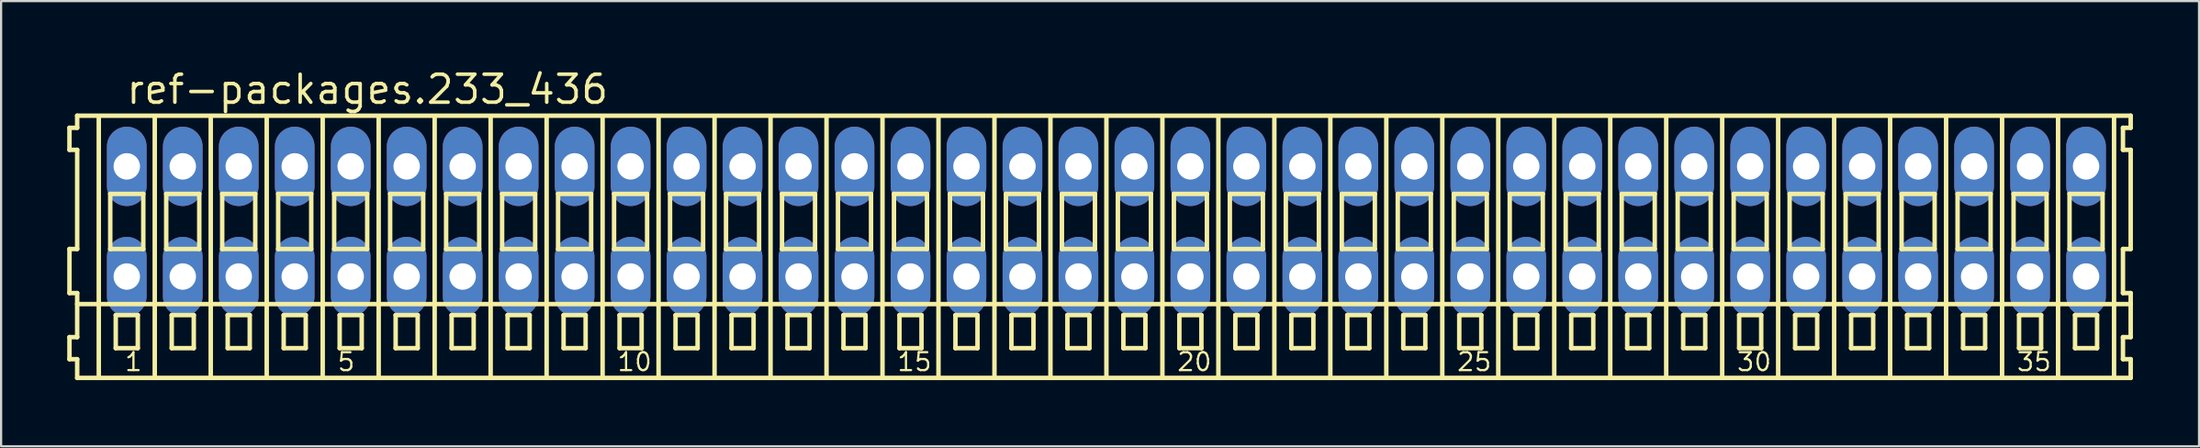
<source format=kicad_pcb>
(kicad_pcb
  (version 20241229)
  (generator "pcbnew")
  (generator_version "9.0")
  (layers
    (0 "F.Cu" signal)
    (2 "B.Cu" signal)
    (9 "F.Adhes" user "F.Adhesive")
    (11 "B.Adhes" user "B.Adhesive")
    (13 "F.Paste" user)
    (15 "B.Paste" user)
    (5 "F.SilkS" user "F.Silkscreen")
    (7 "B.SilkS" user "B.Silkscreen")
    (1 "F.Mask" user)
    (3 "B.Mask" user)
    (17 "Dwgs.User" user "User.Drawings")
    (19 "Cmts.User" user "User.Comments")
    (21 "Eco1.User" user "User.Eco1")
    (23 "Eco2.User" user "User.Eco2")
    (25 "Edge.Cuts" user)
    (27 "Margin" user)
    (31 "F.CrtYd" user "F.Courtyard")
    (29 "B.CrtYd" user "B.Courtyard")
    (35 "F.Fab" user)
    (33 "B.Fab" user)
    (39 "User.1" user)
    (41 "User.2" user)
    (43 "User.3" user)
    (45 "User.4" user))
  (footprint "ref-packages.233_436"
    (layer "F.Cu")
    (at 47.152 7)
    (property "Reference" "ref-packages.233_436" (at -44.55 -5.25 0) (layer "F.SilkS") (effects (font (size 1.27 1.27) (thickness 0.16)) (justify left bottom)))
    (attr through_hole)
    (fp_line (start -47.05 -4.25) (end -47.05 -3.25) (stroke (width 0.203) (type default)) (layer "F.SilkS"))
    (fp_line (start -47.05 -3.25) (end -46.7 -3.25) (stroke (width 0.203) (type default)) (layer "F.SilkS"))
    (fp_line (start -47.05 1.25) (end -47.05 3.25) (stroke (width 0.203) (type default)) (layer "F.SilkS"))
    (fp_line (start -47.05 3.25) (end -46.7 3.25) (stroke (width 0.203) (type default)) (layer "F.SilkS"))
    (fp_line (start -47.05 5.25) (end -47.05 6.25) (stroke (width 0.203) (type default)) (layer "F.SilkS"))
    (fp_line (start -47.05 6.25) (end -46.7 6.25) (stroke (width 0.203) (type default)) (layer "F.SilkS"))
    (fp_line (start -46.7 -4.8) (end -46.7 -4.25) (stroke (width 0.203) (type default)) (layer "F.SilkS"))
    (fp_line (start -46.7 -4.25) (end -47.05 -4.25) (stroke (width 0.203) (type default)) (layer "F.SilkS"))
    (fp_line (start -46.7 -3.25) (end -46.7 1.25) (stroke (width 0.203) (type default)) (layer "F.SilkS"))
    (fp_line (start -46.7 1.25) (end -47.05 1.25) (stroke (width 0.203) (type default)) (layer "F.SilkS"))
    (fp_line (start -46.7 3.25) (end -46.7 5.25) (stroke (width 0.203) (type default)) (layer "F.SilkS"))
    (fp_line (start -46.7 3.75) (end 46.475 3.75) (stroke (width 0.203) (type default)) (layer "F.SilkS"))
    (fp_line (start -46.7 5.25) (end -47.05 5.25) (stroke (width 0.203) (type default)) (layer "F.SilkS"))
    (fp_line (start -46.7 6.25) (end -46.7 7.1) (stroke (width 0.203) (type default)) (layer "F.SilkS"))
    (fp_line (start -46.7 7.1) (end 46.475 7.1) (stroke (width 0.203) (type default)) (layer "F.SilkS"))
    (fp_line (start -45.72 6.985) (end -45.72 -4.699) (stroke (width 0.203) (type default)) (layer "F.SilkS"))
    (fp_line (start -45.2 -1.25) (end -45.2 1.25) (stroke (width 0.203) (type default)) (layer "F.SilkS"))
    (fp_line (start -45.2 1.25) (end -43.7 1.25) (stroke (width 0.203) (type default)) (layer "F.SilkS"))
    (fp_line (start -44.95 4.25) (end -44.95 5.75) (stroke (width 0.203) (type default)) (layer "F.SilkS"))
    (fp_line (start -44.95 5.75) (end -43.95 5.75) (stroke (width 0.203) (type default)) (layer "F.SilkS"))
    (fp_line (start -43.95 4.25) (end -44.95 4.25) (stroke (width 0.203) (type default)) (layer "F.SilkS"))
    (fp_line (start -43.95 5.75) (end -43.95 4.25) (stroke (width 0.203) (type default)) (layer "F.SilkS"))
    (fp_line (start -43.7 -1.25) (end -45.2 -1.25) (stroke (width 0.203) (type default)) (layer "F.SilkS"))
    (fp_line (start -43.7 1.25) (end -43.7 -1.25) (stroke (width 0.203) (type default)) (layer "F.SilkS"))
    (fp_line (start -43.18 6.985) (end -43.18 -4.699) (stroke (width 0.203) (type default)) (layer "F.SilkS"))
    (fp_line (start -42.66 -1.25) (end -42.66 1.25) (stroke (width 0.203) (type default)) (layer "F.SilkS"))
    (fp_line (start -42.66 1.25) (end -41.16 1.25) (stroke (width 0.203) (type default)) (layer "F.SilkS"))
    (fp_line (start -42.41 4.25) (end -42.41 5.75) (stroke (width 0.203) (type default)) (layer "F.SilkS"))
    (fp_line (start -42.41 5.75) (end -41.41 5.75) (stroke (width 0.203) (type default)) (layer "F.SilkS"))
    (fp_line (start -41.41 4.25) (end -42.41 4.25) (stroke (width 0.203) (type default)) (layer "F.SilkS"))
    (fp_line (start -41.41 5.75) (end -41.41 4.25) (stroke (width 0.203) (type default)) (layer "F.SilkS"))
    (fp_line (start -41.16 -1.25) (end -42.66 -1.25) (stroke (width 0.203) (type default)) (layer "F.SilkS"))
    (fp_line (start -41.16 1.25) (end -41.16 -1.25) (stroke (width 0.203) (type default)) (layer "F.SilkS"))
    (fp_line (start -40.64 6.985) (end -40.64 -4.699) (stroke (width 0.203) (type default)) (layer "F.SilkS"))
    (fp_line (start -40.12 -1.25) (end -40.12 1.25) (stroke (width 0.203) (type default)) (layer "F.SilkS"))
    (fp_line (start -40.12 1.25) (end -38.62 1.25) (stroke (width 0.203) (type default)) (layer "F.SilkS"))
    (fp_line (start -39.87 4.25) (end -39.87 5.75) (stroke (width 0.203) (type default)) (layer "F.SilkS"))
    (fp_line (start -39.87 5.75) (end -38.87 5.75) (stroke (width 0.203) (type default)) (layer "F.SilkS"))
    (fp_line (start -38.87 4.25) (end -39.87 4.25) (stroke (width 0.203) (type default)) (layer "F.SilkS"))
    (fp_line (start -38.87 5.75) (end -38.87 4.25) (stroke (width 0.203) (type default)) (layer "F.SilkS"))
    (fp_line (start -38.62 -1.25) (end -40.12 -1.25) (stroke (width 0.203) (type default)) (layer "F.SilkS"))
    (fp_line (start -38.62 1.25) (end -38.62 -1.25) (stroke (width 0.203) (type default)) (layer "F.SilkS"))
    (fp_line (start -38.1 6.985) (end -38.1 -4.699) (stroke (width 0.203) (type default)) (layer "F.SilkS"))
    (fp_line (start -37.58 -1.25) (end -37.58 1.25) (stroke (width 0.203) (type default)) (layer "F.SilkS"))
    (fp_line (start -37.58 1.25) (end -36.08 1.25) (stroke (width 0.203) (type default)) (layer "F.SilkS"))
    (fp_line (start -37.33 4.25) (end -37.33 5.75) (stroke (width 0.203) (type default)) (layer "F.SilkS"))
    (fp_line (start -37.33 5.75) (end -36.33 5.75) (stroke (width 0.203) (type default)) (layer "F.SilkS"))
    (fp_line (start -36.33 4.25) (end -37.33 4.25) (stroke (width 0.203) (type default)) (layer "F.SilkS"))
    (fp_line (start -36.33 5.75) (end -36.33 4.25) (stroke (width 0.203) (type default)) (layer "F.SilkS"))
    (fp_line (start -36.08 -1.25) (end -37.58 -1.25) (stroke (width 0.203) (type default)) (layer "F.SilkS"))
    (fp_line (start -36.08 1.25) (end -36.08 -1.25) (stroke (width 0.203) (type default)) (layer "F.SilkS"))
    (fp_line (start -35.56 6.985) (end -35.56 -4.699) (stroke (width 0.203) (type default)) (layer "F.SilkS"))
    (fp_line (start -35.04 -1.25) (end -35.04 1.25) (stroke (width 0.203) (type default)) (layer "F.SilkS"))
    (fp_line (start -35.04 1.25) (end -33.54 1.25) (stroke (width 0.203) (type default)) (layer "F.SilkS"))
    (fp_line (start -34.79 4.25) (end -34.79 5.75) (stroke (width 0.203) (type default)) (layer "F.SilkS"))
    (fp_line (start -34.79 5.75) (end -33.79 5.75) (stroke (width 0.203) (type default)) (layer "F.SilkS"))
    (fp_line (start -33.79 4.25) (end -34.79 4.25) (stroke (width 0.203) (type default)) (layer "F.SilkS"))
    (fp_line (start -33.79 5.75) (end -33.79 4.25) (stroke (width 0.203) (type default)) (layer "F.SilkS"))
    (fp_line (start -33.54 -1.25) (end -35.04 -1.25) (stroke (width 0.203) (type default)) (layer "F.SilkS"))
    (fp_line (start -33.54 1.25) (end -33.54 -1.25) (stroke (width 0.203) (type default)) (layer "F.SilkS"))
    (fp_line (start -33.02 6.985) (end -33.02 -4.699) (stroke (width 0.203) (type default)) (layer "F.SilkS"))
    (fp_line (start -32.5 -1.25) (end -32.5 1.25) (stroke (width 0.203) (type default)) (layer "F.SilkS"))
    (fp_line (start -32.5 1.25) (end -31 1.25) (stroke (width 0.203) (type default)) (layer "F.SilkS"))
    (fp_line (start -32.25 4.25) (end -32.25 5.75) (stroke (width 0.203) (type default)) (layer "F.SilkS"))
    (fp_line (start -32.25 5.75) (end -31.25 5.75) (stroke (width 0.203) (type default)) (layer "F.SilkS"))
    (fp_line (start -31.25 4.25) (end -32.25 4.25) (stroke (width 0.203) (type default)) (layer "F.SilkS"))
    (fp_line (start -31.25 5.75) (end -31.25 4.25) (stroke (width 0.203) (type default)) (layer "F.SilkS"))
    (fp_line (start -31 -1.25) (end -32.5 -1.25) (stroke (width 0.203) (type default)) (layer "F.SilkS"))
    (fp_line (start -31 1.25) (end -31 -1.25) (stroke (width 0.203) (type default)) (layer "F.SilkS"))
    (fp_line (start -30.48 6.985) (end -30.48 -4.699) (stroke (width 0.203) (type default)) (layer "F.SilkS"))
    (fp_line (start -29.96 -1.25) (end -29.96 1.25) (stroke (width 0.203) (type default)) (layer "F.SilkS"))
    (fp_line (start -29.96 1.25) (end -28.46 1.25) (stroke (width 0.203) (type default)) (layer "F.SilkS"))
    (fp_line (start -29.71 4.25) (end -29.71 5.75) (stroke (width 0.203) (type default)) (layer "F.SilkS"))
    (fp_line (start -29.71 5.75) (end -28.71 5.75) (stroke (width 0.203) (type default)) (layer "F.SilkS"))
    (fp_line (start -28.71 4.25) (end -29.71 4.25) (stroke (width 0.203) (type default)) (layer "F.SilkS"))
    (fp_line (start -28.71 5.75) (end -28.71 4.25) (stroke (width 0.203) (type default)) (layer "F.SilkS"))
    (fp_line (start -28.46 -1.25) (end -29.96 -1.25) (stroke (width 0.203) (type default)) (layer "F.SilkS"))
    (fp_line (start -28.46 1.25) (end -28.46 -1.25) (stroke (width 0.203) (type default)) (layer "F.SilkS"))
    (fp_line (start -27.94 6.985) (end -27.94 -4.699) (stroke (width 0.203) (type default)) (layer "F.SilkS"))
    (fp_line (start -27.42 -1.25) (end -27.42 1.25) (stroke (width 0.203) (type default)) (layer "F.SilkS"))
    (fp_line (start -27.42 1.25) (end -25.92 1.25) (stroke (width 0.203) (type default)) (layer "F.SilkS"))
    (fp_line (start -27.17 4.25) (end -27.17 5.75) (stroke (width 0.203) (type default)) (layer "F.SilkS"))
    (fp_line (start -27.17 5.75) (end -26.17 5.75) (stroke (width 0.203) (type default)) (layer "F.SilkS"))
    (fp_line (start -26.17 4.25) (end -27.17 4.25) (stroke (width 0.203) (type default)) (layer "F.SilkS"))
    (fp_line (start -26.17 5.75) (end -26.17 4.25) (stroke (width 0.203) (type default)) (layer "F.SilkS"))
    (fp_line (start -25.92 -1.25) (end -27.42 -1.25) (stroke (width 0.203) (type default)) (layer "F.SilkS"))
    (fp_line (start -25.92 1.25) (end -25.92 -1.25) (stroke (width 0.203) (type default)) (layer "F.SilkS"))
    (fp_line (start -25.4 6.985) (end -25.4 -4.699) (stroke (width 0.203) (type default)) (layer "F.SilkS"))
    (fp_line (start -24.88 -1.25) (end -24.88 1.25) (stroke (width 0.203) (type default)) (layer "F.SilkS"))
    (fp_line (start -24.88 1.25) (end -23.38 1.25) (stroke (width 0.203) (type default)) (layer "F.SilkS"))
    (fp_line (start -24.63 4.25) (end -24.63 5.75) (stroke (width 0.203) (type default)) (layer "F.SilkS"))
    (fp_line (start -24.63 5.75) (end -23.63 5.75) (stroke (width 0.203) (type default)) (layer "F.SilkS"))
    (fp_line (start -23.63 4.25) (end -24.63 4.25) (stroke (width 0.203) (type default)) (layer "F.SilkS"))
    (fp_line (start -23.63 5.75) (end -23.63 4.25) (stroke (width 0.203) (type default)) (layer "F.SilkS"))
    (fp_line (start -23.38 -1.25) (end -24.88 -1.25) (stroke (width 0.203) (type default)) (layer "F.SilkS"))
    (fp_line (start -23.38 1.25) (end -23.38 -1.25) (stroke (width 0.203) (type default)) (layer "F.SilkS"))
    (fp_line (start -22.86 6.985) (end -22.86 -4.699) (stroke (width 0.203) (type default)) (layer "F.SilkS"))
    (fp_line (start -22.34 -1.25) (end -22.34 1.25) (stroke (width 0.203) (type default)) (layer "F.SilkS"))
    (fp_line (start -22.34 1.25) (end -20.84 1.25) (stroke (width 0.203) (type default)) (layer "F.SilkS"))
    (fp_line (start -22.09 4.25) (end -22.09 5.75) (stroke (width 0.203) (type default)) (layer "F.SilkS"))
    (fp_line (start -22.09 5.75) (end -21.09 5.75) (stroke (width 0.203) (type default)) (layer "F.SilkS"))
    (fp_line (start -21.09 4.25) (end -22.09 4.25) (stroke (width 0.203) (type default)) (layer "F.SilkS"))
    (fp_line (start -21.09 5.75) (end -21.09 4.25) (stroke (width 0.203) (type default)) (layer "F.SilkS"))
    (fp_line (start -20.84 -1.25) (end -22.34 -1.25) (stroke (width 0.203) (type default)) (layer "F.SilkS"))
    (fp_line (start -20.84 1.25) (end -20.84 -1.25) (stroke (width 0.203) (type default)) (layer "F.SilkS"))
    (fp_line (start -20.32 6.985) (end -20.32 -4.699) (stroke (width 0.203) (type default)) (layer "F.SilkS"))
    (fp_line (start -19.8 -1.25) (end -19.8 1.25) (stroke (width 0.203) (type default)) (layer "F.SilkS"))
    (fp_line (start -19.8 1.25) (end -18.3 1.25) (stroke (width 0.203) (type default)) (layer "F.SilkS"))
    (fp_line (start -19.55 4.25) (end -19.55 5.75) (stroke (width 0.203) (type default)) (layer "F.SilkS"))
    (fp_line (start -19.55 5.75) (end -18.55 5.75) (stroke (width 0.203) (type default)) (layer "F.SilkS"))
    (fp_line (start -18.55 4.25) (end -19.55 4.25) (stroke (width 0.203) (type default)) (layer "F.SilkS"))
    (fp_line (start -18.55 5.75) (end -18.55 4.25) (stroke (width 0.203) (type default)) (layer "F.SilkS"))
    (fp_line (start -18.3 -1.25) (end -19.8 -1.25) (stroke (width 0.203) (type default)) (layer "F.SilkS"))
    (fp_line (start -18.3 1.25) (end -18.3 -1.25) (stroke (width 0.203) (type default)) (layer "F.SilkS"))
    (fp_line (start -17.78 6.985) (end -17.78 -4.699) (stroke (width 0.203) (type default)) (layer "F.SilkS"))
    (fp_line (start -17.26 -1.25) (end -17.26 1.25) (stroke (width 0.203) (type default)) (layer "F.SilkS"))
    (fp_line (start -17.26 1.25) (end -15.76 1.25) (stroke (width 0.203) (type default)) (layer "F.SilkS"))
    (fp_line (start -17.01 4.25) (end -17.01 5.75) (stroke (width 0.203) (type default)) (layer "F.SilkS"))
    (fp_line (start -17.01 5.75) (end -16.01 5.75) (stroke (width 0.203) (type default)) (layer "F.SilkS"))
    (fp_line (start -16.01 4.25) (end -17.01 4.25) (stroke (width 0.203) (type default)) (layer "F.SilkS"))
    (fp_line (start -16.01 5.75) (end -16.01 4.25) (stroke (width 0.203) (type default)) (layer "F.SilkS"))
    (fp_line (start -15.76 -1.25) (end -17.26 -1.25) (stroke (width 0.203) (type default)) (layer "F.SilkS"))
    (fp_line (start -15.76 1.25) (end -15.76 -1.25) (stroke (width 0.203) (type default)) (layer "F.SilkS"))
    (fp_line (start -15.24 6.985) (end -15.24 -4.699) (stroke (width 0.203) (type default)) (layer "F.SilkS"))
    (fp_line (start -14.72 -1.25) (end -14.72 1.25) (stroke (width 0.203) (type default)) (layer "F.SilkS"))
    (fp_line (start -14.72 1.25) (end -13.22 1.25) (stroke (width 0.203) (type default)) (layer "F.SilkS"))
    (fp_line (start -14.47 4.25) (end -14.47 5.75) (stroke (width 0.203) (type default)) (layer "F.SilkS"))
    (fp_line (start -14.47 5.75) (end -13.47 5.75) (stroke (width 0.203) (type default)) (layer "F.SilkS"))
    (fp_line (start -13.47 4.25) (end -14.47 4.25) (stroke (width 0.203) (type default)) (layer "F.SilkS"))
    (fp_line (start -13.47 5.75) (end -13.47 4.25) (stroke (width 0.203) (type default)) (layer "F.SilkS"))
    (fp_line (start -13.22 -1.25) (end -14.72 -1.25) (stroke (width 0.203) (type default)) (layer "F.SilkS"))
    (fp_line (start -13.22 1.25) (end -13.22 -1.25) (stroke (width 0.203) (type default)) (layer "F.SilkS"))
    (fp_line (start -12.7 6.985) (end -12.7 -4.699) (stroke (width 0.203) (type default)) (layer "F.SilkS"))
    (fp_line (start -12.18 -1.25) (end -12.18 1.25) (stroke (width 0.203) (type default)) (layer "F.SilkS"))
    (fp_line (start -12.18 1.25) (end -10.68 1.25) (stroke (width 0.203) (type default)) (layer "F.SilkS"))
    (fp_line (start -11.93 4.25) (end -11.93 5.75) (stroke (width 0.203) (type default)) (layer "F.SilkS"))
    (fp_line (start -11.93 5.75) (end -10.93 5.75) (stroke (width 0.203) (type default)) (layer "F.SilkS"))
    (fp_line (start -10.93 4.25) (end -11.93 4.25) (stroke (width 0.203) (type default)) (layer "F.SilkS"))
    (fp_line (start -10.93 5.75) (end -10.93 4.25) (stroke (width 0.203) (type default)) (layer "F.SilkS"))
    (fp_line (start -10.68 -1.25) (end -12.18 -1.25) (stroke (width 0.203) (type default)) (layer "F.SilkS"))
    (fp_line (start -10.68 1.25) (end -10.68 -1.25) (stroke (width 0.203) (type default)) (layer "F.SilkS"))
    (fp_line (start -10.16 6.985) (end -10.16 -4.699) (stroke (width 0.203) (type default)) (layer "F.SilkS"))
    (fp_line (start -9.64 -1.25) (end -9.64 1.25) (stroke (width 0.203) (type default)) (layer "F.SilkS"))
    (fp_line (start -9.64 1.25) (end -8.14 1.25) (stroke (width 0.203) (type default)) (layer "F.SilkS"))
    (fp_line (start -9.39 4.25) (end -9.39 5.75) (stroke (width 0.203) (type default)) (layer "F.SilkS"))
    (fp_line (start -9.39 5.75) (end -8.39 5.75) (stroke (width 0.203) (type default)) (layer "F.SilkS"))
    (fp_line (start -8.39 4.25) (end -9.39 4.25) (stroke (width 0.203) (type default)) (layer "F.SilkS"))
    (fp_line (start -8.39 5.75) (end -8.39 4.25) (stroke (width 0.203) (type default)) (layer "F.SilkS"))
    (fp_line (start -8.14 -1.25) (end -9.64 -1.25) (stroke (width 0.203) (type default)) (layer "F.SilkS"))
    (fp_line (start -8.14 1.25) (end -8.14 -1.25) (stroke (width 0.203) (type default)) (layer "F.SilkS"))
    (fp_line (start -7.62 6.985) (end -7.62 -4.699) (stroke (width 0.203) (type default)) (layer "F.SilkS"))
    (fp_line (start -7.1 -1.25) (end -7.1 1.25) (stroke (width 0.203) (type default)) (layer "F.SilkS"))
    (fp_line (start -7.1 1.25) (end -5.6 1.25) (stroke (width 0.203) (type default)) (layer "F.SilkS"))
    (fp_line (start -6.85 4.25) (end -6.85 5.75) (stroke (width 0.203) (type default)) (layer "F.SilkS"))
    (fp_line (start -6.85 5.75) (end -5.85 5.75) (stroke (width 0.203) (type default)) (layer "F.SilkS"))
    (fp_line (start -5.85 4.25) (end -6.85 4.25) (stroke (width 0.203) (type default)) (layer "F.SilkS"))
    (fp_line (start -5.85 5.75) (end -5.85 4.25) (stroke (width 0.203) (type default)) (layer "F.SilkS"))
    (fp_line (start -5.6 -1.25) (end -7.1 -1.25) (stroke (width 0.203) (type default)) (layer "F.SilkS"))
    (fp_line (start -5.6 1.25) (end -5.6 -1.25) (stroke (width 0.203) (type default)) (layer "F.SilkS"))
    (fp_line (start -5.08 6.985) (end -5.08 -4.699) (stroke (width 0.203) (type default)) (layer "F.SilkS"))
    (fp_line (start -4.56 -1.25) (end -4.56 1.25) (stroke (width 0.203) (type default)) (layer "F.SilkS"))
    (fp_line (start -4.56 1.25) (end -3.06 1.25) (stroke (width 0.203) (type default)) (layer "F.SilkS"))
    (fp_line (start -4.31 4.25) (end -4.31 5.75) (stroke (width 0.203) (type default)) (layer "F.SilkS"))
    (fp_line (start -4.31 5.75) (end -3.31 5.75) (stroke (width 0.203) (type default)) (layer "F.SilkS"))
    (fp_line (start -3.31 4.25) (end -4.31 4.25) (stroke (width 0.203) (type default)) (layer "F.SilkS"))
    (fp_line (start -3.31 5.75) (end -3.31 4.25) (stroke (width 0.203) (type default)) (layer "F.SilkS"))
    (fp_line (start -3.06 -1.25) (end -4.56 -1.25) (stroke (width 0.203) (type default)) (layer "F.SilkS"))
    (fp_line (start -3.06 1.25) (end -3.06 -1.25) (stroke (width 0.203) (type default)) (layer "F.SilkS"))
    (fp_line (start -2.54 6.985) (end -2.54 -4.699) (stroke (width 0.203) (type default)) (layer "F.SilkS"))
    (fp_line (start -2.02 -1.25) (end -2.02 1.25) (stroke (width 0.203) (type default)) (layer "F.SilkS"))
    (fp_line (start -2.02 1.25) (end -0.52 1.25) (stroke (width 0.203) (type default)) (layer "F.SilkS"))
    (fp_line (start -1.77 4.25) (end -1.77 5.75) (stroke (width 0.203) (type default)) (layer "F.SilkS"))
    (fp_line (start -1.77 5.75) (end -0.77 5.75) (stroke (width 0.203) (type default)) (layer "F.SilkS"))
    (fp_line (start -0.77 4.25) (end -1.77 4.25) (stroke (width 0.203) (type default)) (layer "F.SilkS"))
    (fp_line (start -0.77 5.75) (end -0.77 4.25) (stroke (width 0.203) (type default)) (layer "F.SilkS"))
    (fp_line (start -0.52 -1.25) (end -2.02 -1.25) (stroke (width 0.203) (type default)) (layer "F.SilkS"))
    (fp_line (start -0.52 1.25) (end -0.52 -1.25) (stroke (width 0.203) (type default)) (layer "F.SilkS"))
    (fp_line (start 0 6.985) (end 0 -4.699) (stroke (width 0.203) (type default)) (layer "F.SilkS"))
    (fp_line (start 0.52 -1.25) (end 0.52 1.25) (stroke (width 0.203) (type default)) (layer "F.SilkS"))
    (fp_line (start 0.52 1.25) (end 2.02 1.25) (stroke (width 0.203) (type default)) (layer "F.SilkS"))
    (fp_line (start 0.77 4.25) (end 0.77 5.75) (stroke (width 0.203) (type default)) (layer "F.SilkS"))
    (fp_line (start 0.77 5.75) (end 1.77 5.75) (stroke (width 0.203) (type default)) (layer "F.SilkS"))
    (fp_line (start 1.77 4.25) (end 0.77 4.25) (stroke (width 0.203) (type default)) (layer "F.SilkS"))
    (fp_line (start 1.77 5.75) (end 1.77 4.25) (stroke (width 0.203) (type default)) (layer "F.SilkS"))
    (fp_line (start 2.02 -1.25) (end 0.52 -1.25) (stroke (width 0.203) (type default)) (layer "F.SilkS"))
    (fp_line (start 2.02 1.25) (end 2.02 -1.25) (stroke (width 0.203) (type default)) (layer "F.SilkS"))
    (fp_line (start 2.54 6.985) (end 2.54 -4.699) (stroke (width 0.203) (type default)) (layer "F.SilkS"))
    (fp_line (start 3.06 -1.25) (end 3.06 1.25) (stroke (width 0.203) (type default)) (layer "F.SilkS"))
    (fp_line (start 3.06 1.25) (end 4.56 1.25) (stroke (width 0.203) (type default)) (layer "F.SilkS"))
    (fp_line (start 3.31 4.25) (end 3.31 5.75) (stroke (width 0.203) (type default)) (layer "F.SilkS"))
    (fp_line (start 3.31 5.75) (end 4.31 5.75) (stroke (width 0.203) (type default)) (layer "F.SilkS"))
    (fp_line (start 4.31 4.25) (end 3.31 4.25) (stroke (width 0.203) (type default)) (layer "F.SilkS"))
    (fp_line (start 4.31 5.75) (end 4.31 4.25) (stroke (width 0.203) (type default)) (layer "F.SilkS"))
    (fp_line (start 4.56 -1.25) (end 3.06 -1.25) (stroke (width 0.203) (type default)) (layer "F.SilkS"))
    (fp_line (start 4.56 1.25) (end 4.56 -1.25) (stroke (width 0.203) (type default)) (layer "F.SilkS"))
    (fp_line (start 5.08 6.985) (end 5.08 -4.699) (stroke (width 0.203) (type default)) (layer "F.SilkS"))
    (fp_line (start 5.6 -1.25) (end 5.6 1.25) (stroke (width 0.203) (type default)) (layer "F.SilkS"))
    (fp_line (start 5.6 1.25) (end 7.1 1.25) (stroke (width 0.203) (type default)) (layer "F.SilkS"))
    (fp_line (start 5.85 4.25) (end 5.85 5.75) (stroke (width 0.203) (type default)) (layer "F.SilkS"))
    (fp_line (start 5.85 5.75) (end 6.85 5.75) (stroke (width 0.203) (type default)) (layer "F.SilkS"))
    (fp_line (start 6.85 4.25) (end 5.85 4.25) (stroke (width 0.203) (type default)) (layer "F.SilkS"))
    (fp_line (start 6.85 5.75) (end 6.85 4.25) (stroke (width 0.203) (type default)) (layer "F.SilkS"))
    (fp_line (start 7.1 -1.25) (end 5.6 -1.25) (stroke (width 0.203) (type default)) (layer "F.SilkS"))
    (fp_line (start 7.1 1.25) (end 7.1 -1.25) (stroke (width 0.203) (type default)) (layer "F.SilkS"))
    (fp_line (start 7.62 6.985) (end 7.62 -4.699) (stroke (width 0.203) (type default)) (layer "F.SilkS"))
    (fp_line (start 8.14 -1.25) (end 8.14 1.25) (stroke (width 0.203) (type default)) (layer "F.SilkS"))
    (fp_line (start 8.14 1.25) (end 9.64 1.25) (stroke (width 0.203) (type default)) (layer "F.SilkS"))
    (fp_line (start 8.39 4.25) (end 8.39 5.75) (stroke (width 0.203) (type default)) (layer "F.SilkS"))
    (fp_line (start 8.39 5.75) (end 9.39 5.75) (stroke (width 0.203) (type default)) (layer "F.SilkS"))
    (fp_line (start 9.39 4.25) (end 8.39 4.25) (stroke (width 0.203) (type default)) (layer "F.SilkS"))
    (fp_line (start 9.39 5.75) (end 9.39 4.25) (stroke (width 0.203) (type default)) (layer "F.SilkS"))
    (fp_line (start 9.64 -1.25) (end 8.14 -1.25) (stroke (width 0.203) (type default)) (layer "F.SilkS"))
    (fp_line (start 9.64 1.25) (end 9.64 -1.25) (stroke (width 0.203) (type default)) (layer "F.SilkS"))
    (fp_line (start 10.16 6.985) (end 10.16 -4.699) (stroke (width 0.203) (type default)) (layer "F.SilkS"))
    (fp_line (start 10.68 -1.25) (end 10.68 1.25) (stroke (width 0.203) (type default)) (layer "F.SilkS"))
    (fp_line (start 10.68 1.25) (end 12.18 1.25) (stroke (width 0.203) (type default)) (layer "F.SilkS"))
    (fp_line (start 10.93 4.25) (end 10.93 5.75) (stroke (width 0.203) (type default)) (layer "F.SilkS"))
    (fp_line (start 10.93 5.75) (end 11.93 5.75) (stroke (width 0.203) (type default)) (layer "F.SilkS"))
    (fp_line (start 11.93 4.25) (end 10.93 4.25) (stroke (width 0.203) (type default)) (layer "F.SilkS"))
    (fp_line (start 11.93 5.75) (end 11.93 4.25) (stroke (width 0.203) (type default)) (layer "F.SilkS"))
    (fp_line (start 12.18 -1.25) (end 10.68 -1.25) (stroke (width 0.203) (type default)) (layer "F.SilkS"))
    (fp_line (start 12.18 1.25) (end 12.18 -1.25) (stroke (width 0.203) (type default)) (layer "F.SilkS"))
    (fp_line (start 12.7 6.985) (end 12.7 -4.699) (stroke (width 0.203) (type default)) (layer "F.SilkS"))
    (fp_line (start 13.22 -1.25) (end 13.22 1.25) (stroke (width 0.203) (type default)) (layer "F.SilkS"))
    (fp_line (start 13.22 1.25) (end 14.72 1.25) (stroke (width 0.203) (type default)) (layer "F.SilkS"))
    (fp_line (start 13.47 4.25) (end 13.47 5.75) (stroke (width 0.203) (type default)) (layer "F.SilkS"))
    (fp_line (start 13.47 5.75) (end 14.47 5.75) (stroke (width 0.203) (type default)) (layer "F.SilkS"))
    (fp_line (start 14.47 4.25) (end 13.47 4.25) (stroke (width 0.203) (type default)) (layer "F.SilkS"))
    (fp_line (start 14.47 5.75) (end 14.47 4.25) (stroke (width 0.203) (type default)) (layer "F.SilkS"))
    (fp_line (start 14.72 -1.25) (end 13.22 -1.25) (stroke (width 0.203) (type default)) (layer "F.SilkS"))
    (fp_line (start 14.72 1.25) (end 14.72 -1.25) (stroke (width 0.203) (type default)) (layer "F.SilkS"))
    (fp_line (start 15.24 6.985) (end 15.24 -4.699) (stroke (width 0.203) (type default)) (layer "F.SilkS"))
    (fp_line (start 15.76 -1.25) (end 15.76 1.25) (stroke (width 0.203) (type default)) (layer "F.SilkS"))
    (fp_line (start 15.76 1.25) (end 17.26 1.25) (stroke (width 0.203) (type default)) (layer "F.SilkS"))
    (fp_line (start 16.01 4.25) (end 16.01 5.75) (stroke (width 0.203) (type default)) (layer "F.SilkS"))
    (fp_line (start 16.01 5.75) (end 17.01 5.75) (stroke (width 0.203) (type default)) (layer "F.SilkS"))
    (fp_line (start 17.01 4.25) (end 16.01 4.25) (stroke (width 0.203) (type default)) (layer "F.SilkS"))
    (fp_line (start 17.01 5.75) (end 17.01 4.25) (stroke (width 0.203) (type default)) (layer "F.SilkS"))
    (fp_line (start 17.26 -1.25) (end 15.76 -1.25) (stroke (width 0.203) (type default)) (layer "F.SilkS"))
    (fp_line (start 17.26 1.25) (end 17.26 -1.25) (stroke (width 0.203) (type default)) (layer "F.SilkS"))
    (fp_line (start 17.78 6.985) (end 17.78 -4.699) (stroke (width 0.203) (type default)) (layer "F.SilkS"))
    (fp_line (start 18.3 -1.25) (end 18.3 1.25) (stroke (width 0.203) (type default)) (layer "F.SilkS"))
    (fp_line (start 18.3 1.25) (end 19.8 1.25) (stroke (width 0.203) (type default)) (layer "F.SilkS"))
    (fp_line (start 18.55 4.25) (end 18.55 5.75) (stroke (width 0.203) (type default)) (layer "F.SilkS"))
    (fp_line (start 18.55 5.75) (end 19.55 5.75) (stroke (width 0.203) (type default)) (layer "F.SilkS"))
    (fp_line (start 19.55 4.25) (end 18.55 4.25) (stroke (width 0.203) (type default)) (layer "F.SilkS"))
    (fp_line (start 19.55 5.75) (end 19.55 4.25) (stroke (width 0.203) (type default)) (layer "F.SilkS"))
    (fp_line (start 19.8 -1.25) (end 18.3 -1.25) (stroke (width 0.203) (type default)) (layer "F.SilkS"))
    (fp_line (start 19.8 1.25) (end 19.8 -1.25) (stroke (width 0.203) (type default)) (layer "F.SilkS"))
    (fp_line (start 20.32 6.985) (end 20.32 -4.699) (stroke (width 0.203) (type default)) (layer "F.SilkS"))
    (fp_line (start 20.84 -1.25) (end 20.84 1.25) (stroke (width 0.203) (type default)) (layer "F.SilkS"))
    (fp_line (start 20.84 1.25) (end 22.34 1.25) (stroke (width 0.203) (type default)) (layer "F.SilkS"))
    (fp_line (start 21.09 4.25) (end 21.09 5.75) (stroke (width 0.203) (type default)) (layer "F.SilkS"))
    (fp_line (start 21.09 5.75) (end 22.09 5.75) (stroke (width 0.203) (type default)) (layer "F.SilkS"))
    (fp_line (start 22.09 4.25) (end 21.09 4.25) (stroke (width 0.203) (type default)) (layer "F.SilkS"))
    (fp_line (start 22.09 5.75) (end 22.09 4.25) (stroke (width 0.203) (type default)) (layer "F.SilkS"))
    (fp_line (start 22.34 -1.25) (end 20.84 -1.25) (stroke (width 0.203) (type default)) (layer "F.SilkS"))
    (fp_line (start 22.34 1.25) (end 22.34 -1.25) (stroke (width 0.203) (type default)) (layer "F.SilkS"))
    (fp_line (start 22.86 6.985) (end 22.86 -4.699) (stroke (width 0.203) (type default)) (layer "F.SilkS"))
    (fp_line (start 23.38 -1.25) (end 23.38 1.25) (stroke (width 0.203) (type default)) (layer "F.SilkS"))
    (fp_line (start 23.38 1.25) (end 24.88 1.25) (stroke (width 0.203) (type default)) (layer "F.SilkS"))
    (fp_line (start 23.63 4.25) (end 23.63 5.75) (stroke (width 0.203) (type default)) (layer "F.SilkS"))
    (fp_line (start 23.63 5.75) (end 24.63 5.75) (stroke (width 0.203) (type default)) (layer "F.SilkS"))
    (fp_line (start 24.63 4.25) (end 23.63 4.25) (stroke (width 0.203) (type default)) (layer "F.SilkS"))
    (fp_line (start 24.63 5.75) (end 24.63 4.25) (stroke (width 0.203) (type default)) (layer "F.SilkS"))
    (fp_line (start 24.88 -1.25) (end 23.38 -1.25) (stroke (width 0.203) (type default)) (layer "F.SilkS"))
    (fp_line (start 24.88 1.25) (end 24.88 -1.25) (stroke (width 0.203) (type default)) (layer "F.SilkS"))
    (fp_line (start 25.4 6.985) (end 25.4 -4.699) (stroke (width 0.203) (type default)) (layer "F.SilkS"))
    (fp_line (start 25.92 -1.25) (end 25.92 1.25) (stroke (width 0.203) (type default)) (layer "F.SilkS"))
    (fp_line (start 25.92 1.25) (end 27.42 1.25) (stroke (width 0.203) (type default)) (layer "F.SilkS"))
    (fp_line (start 26.17 4.25) (end 26.17 5.75) (stroke (width 0.203) (type default)) (layer "F.SilkS"))
    (fp_line (start 26.17 5.75) (end 27.17 5.75) (stroke (width 0.203) (type default)) (layer "F.SilkS"))
    (fp_line (start 27.17 4.25) (end 26.17 4.25) (stroke (width 0.203) (type default)) (layer "F.SilkS"))
    (fp_line (start 27.17 5.75) (end 27.17 4.25) (stroke (width 0.203) (type default)) (layer "F.SilkS"))
    (fp_line (start 27.42 -1.25) (end 25.92 -1.25) (stroke (width 0.203) (type default)) (layer "F.SilkS"))
    (fp_line (start 27.42 1.25) (end 27.42 -1.25) (stroke (width 0.203) (type default)) (layer "F.SilkS"))
    (fp_line (start 27.94 6.985) (end 27.94 -4.699) (stroke (width 0.203) (type default)) (layer "F.SilkS"))
    (fp_line (start 28.46 -1.25) (end 28.46 1.25) (stroke (width 0.203) (type default)) (layer "F.SilkS"))
    (fp_line (start 28.46 1.25) (end 29.96 1.25) (stroke (width 0.203) (type default)) (layer "F.SilkS"))
    (fp_line (start 28.71 4.25) (end 28.71 5.75) (stroke (width 0.203) (type default)) (layer "F.SilkS"))
    (fp_line (start 28.71 5.75) (end 29.71 5.75) (stroke (width 0.203) (type default)) (layer "F.SilkS"))
    (fp_line (start 29.71 4.25) (end 28.71 4.25) (stroke (width 0.203) (type default)) (layer "F.SilkS"))
    (fp_line (start 29.71 5.75) (end 29.71 4.25) (stroke (width 0.203) (type default)) (layer "F.SilkS"))
    (fp_line (start 29.96 -1.25) (end 28.46 -1.25) (stroke (width 0.203) (type default)) (layer "F.SilkS"))
    (fp_line (start 29.96 1.25) (end 29.96 -1.25) (stroke (width 0.203) (type default)) (layer "F.SilkS"))
    (fp_line (start 30.48 6.985) (end 30.48 -4.699) (stroke (width 0.203) (type default)) (layer "F.SilkS"))
    (fp_line (start 31 -1.25) (end 31 1.25) (stroke (width 0.203) (type default)) (layer "F.SilkS"))
    (fp_line (start 31 1.25) (end 32.5 1.25) (stroke (width 0.203) (type default)) (layer "F.SilkS"))
    (fp_line (start 31.25 4.25) (end 31.25 5.75) (stroke (width 0.203) (type default)) (layer "F.SilkS"))
    (fp_line (start 31.25 5.75) (end 32.25 5.75) (stroke (width 0.203) (type default)) (layer "F.SilkS"))
    (fp_line (start 32.25 4.25) (end 31.25 4.25) (stroke (width 0.203) (type default)) (layer "F.SilkS"))
    (fp_line (start 32.25 5.75) (end 32.25 4.25) (stroke (width 0.203) (type default)) (layer "F.SilkS"))
    (fp_line (start 32.5 -1.25) (end 31 -1.25) (stroke (width 0.203) (type default)) (layer "F.SilkS"))
    (fp_line (start 32.5 1.25) (end 32.5 -1.25) (stroke (width 0.203) (type default)) (layer "F.SilkS"))
    (fp_line (start 33.02 6.985) (end 33.02 -4.699) (stroke (width 0.203) (type default)) (layer "F.SilkS"))
    (fp_line (start 33.54 -1.25) (end 33.54 1.25) (stroke (width 0.203) (type default)) (layer "F.SilkS"))
    (fp_line (start 33.54 1.25) (end 35.04 1.25) (stroke (width 0.203) (type default)) (layer "F.SilkS"))
    (fp_line (start 33.79 4.25) (end 33.79 5.75) (stroke (width 0.203) (type default)) (layer "F.SilkS"))
    (fp_line (start 33.79 5.75) (end 34.79 5.75) (stroke (width 0.203) (type default)) (layer "F.SilkS"))
    (fp_line (start 34.79 4.25) (end 33.79 4.25) (stroke (width 0.203) (type default)) (layer "F.SilkS"))
    (fp_line (start 34.79 5.75) (end 34.79 4.25) (stroke (width 0.203) (type default)) (layer "F.SilkS"))
    (fp_line (start 35.04 -1.25) (end 33.54 -1.25) (stroke (width 0.203) (type default)) (layer "F.SilkS"))
    (fp_line (start 35.04 1.25) (end 35.04 -1.25) (stroke (width 0.203) (type default)) (layer "F.SilkS"))
    (fp_line (start 35.56 6.985) (end 35.56 -4.699) (stroke (width 0.203) (type default)) (layer "F.SilkS"))
    (fp_line (start 36.08 -1.25) (end 36.08 1.25) (stroke (width 0.203) (type default)) (layer "F.SilkS"))
    (fp_line (start 36.08 1.25) (end 37.58 1.25) (stroke (width 0.203) (type default)) (layer "F.SilkS"))
    (fp_line (start 36.33 4.25) (end 36.33 5.75) (stroke (width 0.203) (type default)) (layer "F.SilkS"))
    (fp_line (start 36.33 5.75) (end 37.33 5.75) (stroke (width 0.203) (type default)) (layer "F.SilkS"))
    (fp_line (start 37.33 4.25) (end 36.33 4.25) (stroke (width 0.203) (type default)) (layer "F.SilkS"))
    (fp_line (start 37.33 5.75) (end 37.33 4.25) (stroke (width 0.203) (type default)) (layer "F.SilkS"))
    (fp_line (start 37.58 -1.25) (end 36.08 -1.25) (stroke (width 0.203) (type default)) (layer "F.SilkS"))
    (fp_line (start 37.58 1.25) (end 37.58 -1.25) (stroke (width 0.203) (type default)) (layer "F.SilkS"))
    (fp_line (start 38.1 6.985) (end 38.1 -4.699) (stroke (width 0.203) (type default)) (layer "F.SilkS"))
    (fp_line (start 38.62 -1.25) (end 38.62 1.25) (stroke (width 0.203) (type default)) (layer "F.SilkS"))
    (fp_line (start 38.62 1.25) (end 40.12 1.25) (stroke (width 0.203) (type default)) (layer "F.SilkS"))
    (fp_line (start 38.87 4.25) (end 38.87 5.75) (stroke (width 0.203) (type default)) (layer "F.SilkS"))
    (fp_line (start 38.87 5.75) (end 39.87 5.75) (stroke (width 0.203) (type default)) (layer "F.SilkS"))
    (fp_line (start 39.87 4.25) (end 38.87 4.25) (stroke (width 0.203) (type default)) (layer "F.SilkS"))
    (fp_line (start 39.87 5.75) (end 39.87 4.25) (stroke (width 0.203) (type default)) (layer "F.SilkS"))
    (fp_line (start 40.12 -1.25) (end 38.62 -1.25) (stroke (width 0.203) (type default)) (layer "F.SilkS"))
    (fp_line (start 40.12 1.25) (end 40.12 -1.25) (stroke (width 0.203) (type default)) (layer "F.SilkS"))
    (fp_line (start 40.64 6.985) (end 40.64 -4.699) (stroke (width 0.203) (type default)) (layer "F.SilkS"))
    (fp_line (start 41.16 -1.25) (end 41.16 1.25) (stroke (width 0.203) (type default)) (layer "F.SilkS"))
    (fp_line (start 41.16 1.25) (end 42.66 1.25) (stroke (width 0.203) (type default)) (layer "F.SilkS"))
    (fp_line (start 41.41 4.25) (end 41.41 5.75) (stroke (width 0.203) (type default)) (layer "F.SilkS"))
    (fp_line (start 41.41 5.75) (end 42.41 5.75) (stroke (width 0.203) (type default)) (layer "F.SilkS"))
    (fp_line (start 42.41 4.25) (end 41.41 4.25) (stroke (width 0.203) (type default)) (layer "F.SilkS"))
    (fp_line (start 42.41 5.75) (end 42.41 4.25) (stroke (width 0.203) (type default)) (layer "F.SilkS"))
    (fp_line (start 42.66 -1.25) (end 41.16 -1.25) (stroke (width 0.203) (type default)) (layer "F.SilkS"))
    (fp_line (start 42.66 1.25) (end 42.66 -1.25) (stroke (width 0.203) (type default)) (layer "F.SilkS"))
    (fp_line (start 43.18 6.985) (end 43.18 -4.699) (stroke (width 0.203) (type default)) (layer "F.SilkS"))
    (fp_line (start 43.7 -1.25) (end 43.7 1.25) (stroke (width 0.203) (type default)) (layer "F.SilkS"))
    (fp_line (start 43.7 1.25) (end 45.2 1.25) (stroke (width 0.203) (type default)) (layer "F.SilkS"))
    (fp_line (start 43.95 4.25) (end 43.95 5.75) (stroke (width 0.203) (type default)) (layer "F.SilkS"))
    (fp_line (start 43.95 5.75) (end 44.95 5.75) (stroke (width 0.203) (type default)) (layer "F.SilkS"))
    (fp_line (start 44.95 4.25) (end 43.95 4.25) (stroke (width 0.203) (type default)) (layer "F.SilkS"))
    (fp_line (start 44.95 5.75) (end 44.95 4.25) (stroke (width 0.203) (type default)) (layer "F.SilkS"))
    (fp_line (start 45.2 -1.25) (end 43.7 -1.25) (stroke (width 0.203) (type default)) (layer "F.SilkS"))
    (fp_line (start 45.2 1.25) (end 45.2 -1.25) (stroke (width 0.203) (type default)) (layer "F.SilkS"))
    (fp_line (start 45.72 6.985) (end 45.72 -4.699) (stroke (width 0.203) (type default)) (layer "F.SilkS"))
    (fp_line (start 46.125 -4.25) (end 46.125 -3.25) (stroke (width 0.203) (type default)) (layer "F.SilkS"))
    (fp_line (start 46.125 -3.25) (end 46.475 -3.25) (stroke (width 0.203) (type default)) (layer "F.SilkS"))
    (fp_line (start 46.125 1.25) (end 46.125 3.25) (stroke (width 0.203) (type default)) (layer "F.SilkS"))
    (fp_line (start 46.125 3.25) (end 46.475 3.25) (stroke (width 0.203) (type default)) (layer "F.SilkS"))
    (fp_line (start 46.125 5.25) (end 46.125 6.25) (stroke (width 0.203) (type default)) (layer "F.SilkS"))
    (fp_line (start 46.125 6.25) (end 46.475 6.25) (stroke (width 0.203) (type default)) (layer "F.SilkS"))
    (fp_line (start 46.475 -4.8) (end -46.7 -4.8) (stroke (width 0.203) (type default)) (layer "F.SilkS"))
    (fp_line (start 46.475 -4.25) (end 46.125 -4.25) (stroke (width 0.203) (type default)) (layer "F.SilkS"))
    (fp_line (start 46.475 -4.25) (end 46.475 -4.8) (stroke (width 0.203) (type default)) (layer "F.SilkS"))
    (fp_line (start 46.475 1.25) (end 46.125 1.25) (stroke (width 0.203) (type default)) (layer "F.SilkS"))
    (fp_line (start 46.475 1.25) (end 46.475 -3.25) (stroke (width 0.203) (type default)) (layer "F.SilkS"))
    (fp_line (start 46.475 3.75) (end 46.475 3.25) (stroke (width 0.203) (type default)) (layer "F.SilkS"))
    (fp_line (start 46.475 5.25) (end 46.125 5.25) (stroke (width 0.203) (type default)) (layer "F.SilkS"))
    (fp_line (start 46.475 5.25) (end 46.475 3.75) (stroke (width 0.203) (type default)) (layer "F.SilkS"))
    (fp_line (start 46.475 7.1) (end 46.475 6.25) (stroke (width 0.203) (type default)) (layer "F.SilkS"))
    (fp_text user "35" (at 41.252 6.85 0) (layer "F.SilkS") (effects (font (size 0.813 0.813) (thickness 0.1)) (justify left bottom)))
    (fp_text user "10" (at -22.248 6.85 0) (layer "F.SilkS") (effects (font (size 0.813 0.813) (thickness 0.1)) (justify left bottom)))
    (fp_text user "25" (at 15.852 6.85 0) (layer "F.SilkS") (effects (font (size 0.813 0.813) (thickness 0.1)) (justify left bottom)))
    (fp_text user "15" (at -9.548 6.85 0) (layer "F.SilkS") (effects (font (size 0.813 0.813) (thickness 0.1)) (justify left bottom)))
    (fp_text user "1" (at -44.6 6.85 0) (layer "F.SilkS") (effects (font (size 0.813 0.813) (thickness 0.1)) (justify left bottom)))
    (fp_text user "20" (at 3.152 6.85 0) (layer "F.SilkS") (effects (font (size 0.813 0.813) (thickness 0.1)) (justify left bottom)))
    (fp_text user "30" (at 28.552 6.85 0) (layer "F.SilkS") (effects (font (size 0.813 0.813) (thickness 0.1)) (justify left bottom)))
    (fp_text user "5" (at -34.948 6.85 0) (layer "F.SilkS") (effects (font (size 0.813 0.813) (thickness 0.1)) (justify left bottom)))
    (pad "A1" thru_hole oval (at -44.45 -2.5 90) (size 3.6 1.8) (drill 1.2) (layers "*.Cu" "*.Mask"))
    (pad "A2" thru_hole oval (at -41.91 -2.5 90) (size 3.6 1.8) (drill 1.2) (layers "*.Cu" "*.Mask"))
    (pad "A3" thru_hole oval (at -39.37 -2.5 90) (size 3.6 1.8) (drill 1.2) (layers "*.Cu" "*.Mask"))
    (pad "A4" thru_hole oval (at -36.83 -2.5 90) (size 3.6 1.8) (drill 1.2) (layers "*.Cu" "*.Mask"))
    (pad "A5" thru_hole oval (at -34.29 -2.5 90) (size 3.6 1.8) (drill 1.2) (layers "*.Cu" "*.Mask"))
    (pad "A6" thru_hole oval (at -31.75 -2.5 90) (size 3.6 1.8) (drill 1.2) (layers "*.Cu" "*.Mask"))
    (pad "A7" thru_hole oval (at -29.21 -2.5 90) (size 3.6 1.8) (drill 1.2) (layers "*.Cu" "*.Mask"))
    (pad "A8" thru_hole oval (at -26.67 -2.5 90) (size 3.6 1.8) (drill 1.2) (layers "*.Cu" "*.Mask"))
    (pad "A9" thru_hole oval (at -24.13 -2.5 90) (size 3.6 1.8) (drill 1.2) (layers "*.Cu" "*.Mask"))
    (pad "A10" thru_hole oval (at -21.59 -2.5 90) (size 3.6 1.8) (drill 1.2) (layers "*.Cu" "*.Mask"))
    (pad "A11" thru_hole oval (at -19.05 -2.5 90) (size 3.6 1.8) (drill 1.2) (layers "*.Cu" "*.Mask"))
    (pad "A12" thru_hole oval (at -16.51 -2.5 90) (size 3.6 1.8) (drill 1.2) (layers "*.Cu" "*.Mask"))
    (pad "A13" thru_hole oval (at -13.97 -2.5 90) (size 3.6 1.8) (drill 1.2) (layers "*.Cu" "*.Mask"))
    (pad "A14" thru_hole oval (at -11.43 -2.5 90) (size 3.6 1.8) (drill 1.2) (layers "*.Cu" "*.Mask"))
    (pad "A15" thru_hole oval (at -8.89 -2.5 90) (size 3.6 1.8) (drill 1.2) (layers "*.Cu" "*.Mask"))
    (pad "A16" thru_hole oval (at -6.35 -2.5 90) (size 3.6 1.8) (drill 1.2) (layers "*.Cu" "*.Mask"))
    (pad "A17" thru_hole oval (at -3.81 -2.5 90) (size 3.6 1.8) (drill 1.2) (layers "*.Cu" "*.Mask"))
    (pad "A18" thru_hole oval (at -1.27 -2.5 90) (size 3.6 1.8) (drill 1.2) (layers "*.Cu" "*.Mask"))
    (pad "A19" thru_hole oval (at 1.27 -2.5 90) (size 3.6 1.8) (drill 1.2) (layers "*.Cu" "*.Mask"))
    (pad "A20" thru_hole oval (at 3.81 -2.5 90) (size 3.6 1.8) (drill 1.2) (layers "*.Cu" "*.Mask"))
    (pad "A21" thru_hole oval (at 6.35 -2.5 90) (size 3.6 1.8) (drill 1.2) (layers "*.Cu" "*.Mask"))
    (pad "A22" thru_hole oval (at 8.89 -2.5 90) (size 3.6 1.8) (drill 1.2) (layers "*.Cu" "*.Mask"))
    (pad "A23" thru_hole oval (at 11.43 -2.5 90) (size 3.6 1.8) (drill 1.2) (layers "*.Cu" "*.Mask"))
    (pad "A24" thru_hole oval (at 13.97 -2.5 90) (size 3.6 1.8) (drill 1.2) (layers "*.Cu" "*.Mask"))
    (pad "A25" thru_hole oval (at 16.51 -2.5 90) (size 3.6 1.8) (drill 1.2) (layers "*.Cu" "*.Mask"))
    (pad "A26" thru_hole oval (at 19.05 -2.5 90) (size 3.6 1.8) (drill 1.2) (layers "*.Cu" "*.Mask"))
    (pad "A27" thru_hole oval (at 21.59 -2.5 90) (size 3.6 1.8) (drill 1.2) (layers "*.Cu" "*.Mask"))
    (pad "A28" thru_hole oval (at 24.13 -2.5 90) (size 3.6 1.8) (drill 1.2) (layers "*.Cu" "*.Mask"))
    (pad "A29" thru_hole oval (at 26.67 -2.5 90) (size 3.6 1.8) (drill 1.2) (layers "*.Cu" "*.Mask"))
    (pad "A30" thru_hole oval (at 29.21 -2.5 90) (size 3.6 1.8) (drill 1.2) (layers "*.Cu" "*.Mask"))
    (pad "A31" thru_hole oval (at 31.75 -2.5 90) (size 3.6 1.8) (drill 1.2) (layers "*.Cu" "*.Mask"))
    (pad "A32" thru_hole oval (at 34.29 -2.5 90) (size 3.6 1.8) (drill 1.2) (layers "*.Cu" "*.Mask"))
    (pad "A33" thru_hole oval (at 36.83 -2.5 90) (size 3.6 1.8) (drill 1.2) (layers "*.Cu" "*.Mask"))
    (pad "A34" thru_hole oval (at 39.37 -2.5 90) (size 3.6 1.8) (drill 1.2) (layers "*.Cu" "*.Mask"))
    (pad "A35" thru_hole oval (at 41.91 -2.5 90) (size 3.6 1.8) (drill 1.2) (layers "*.Cu" "*.Mask"))
    (pad "A36" thru_hole oval (at 44.45 -2.5 90) (size 3.6 1.8) (drill 1.2) (layers "*.Cu" "*.Mask"))
    (pad "B1" thru_hole oval (at -44.45 2.5 90) (size 3.6 1.8) (drill 1.2) (layers "*.Cu" "*.Mask"))
    (pad "B2" thru_hole oval (at -41.91 2.5 90) (size 3.6 1.8) (drill 1.2) (layers "*.Cu" "*.Mask"))
    (pad "B3" thru_hole oval (at -39.37 2.5 90) (size 3.6 1.8) (drill 1.2) (layers "*.Cu" "*.Mask"))
    (pad "B4" thru_hole oval (at -36.83 2.5 90) (size 3.6 1.8) (drill 1.2) (layers "*.Cu" "*.Mask"))
    (pad "B5" thru_hole oval (at -34.29 2.5 90) (size 3.6 1.8) (drill 1.2) (layers "*.Cu" "*.Mask"))
    (pad "B6" thru_hole oval (at -31.75 2.5 90) (size 3.6 1.8) (drill 1.2) (layers "*.Cu" "*.Mask"))
    (pad "B7" thru_hole oval (at -29.21 2.5 90) (size 3.6 1.8) (drill 1.2) (layers "*.Cu" "*.Mask"))
    (pad "B8" thru_hole oval (at -26.67 2.5 90) (size 3.6 1.8) (drill 1.2) (layers "*.Cu" "*.Mask"))
    (pad "B9" thru_hole oval (at -24.13 2.5 90) (size 3.6 1.8) (drill 1.2) (layers "*.Cu" "*.Mask"))
    (pad "B10" thru_hole oval (at -21.59 2.5 90) (size 3.6 1.8) (drill 1.2) (layers "*.Cu" "*.Mask"))
    (pad "B11" thru_hole oval (at -19.05 2.5 90) (size 3.6 1.8) (drill 1.2) (layers "*.Cu" "*.Mask"))
    (pad "B12" thru_hole oval (at -16.51 2.5 90) (size 3.6 1.8) (drill 1.2) (layers "*.Cu" "*.Mask"))
    (pad "B13" thru_hole oval (at -13.97 2.5 90) (size 3.6 1.8) (drill 1.2) (layers "*.Cu" "*.Mask"))
    (pad "B14" thru_hole oval (at -11.43 2.5 90) (size 3.6 1.8) (drill 1.2) (layers "*.Cu" "*.Mask"))
    (pad "B15" thru_hole oval (at -8.89 2.5 90) (size 3.6 1.8) (drill 1.2) (layers "*.Cu" "*.Mask"))
    (pad "B16" thru_hole oval (at -6.35 2.5 90) (size 3.6 1.8) (drill 1.2) (layers "*.Cu" "*.Mask"))
    (pad "B17" thru_hole oval (at -3.81 2.5 90) (size 3.6 1.8) (drill 1.2) (layers "*.Cu" "*.Mask"))
    (pad "B18" thru_hole oval (at -1.27 2.5 90) (size 3.6 1.8) (drill 1.2) (layers "*.Cu" "*.Mask"))
    (pad "B19" thru_hole oval (at 1.27 2.5 90) (size 3.6 1.8) (drill 1.2) (layers "*.Cu" "*.Mask"))
    (pad "B20" thru_hole oval (at 3.81 2.5 90) (size 3.6 1.8) (drill 1.2) (layers "*.Cu" "*.Mask"))
    (pad "B21" thru_hole oval (at 6.35 2.5 90) (size 3.6 1.8) (drill 1.2) (layers "*.Cu" "*.Mask"))
    (pad "B22" thru_hole oval (at 8.89 2.5 90) (size 3.6 1.8) (drill 1.2) (layers "*.Cu" "*.Mask"))
    (pad "B23" thru_hole oval (at 11.43 2.5 90) (size 3.6 1.8) (drill 1.2) (layers "*.Cu" "*.Mask"))
    (pad "B24" thru_hole oval (at 13.97 2.5 90) (size 3.6 1.8) (drill 1.2) (layers "*.Cu" "*.Mask"))
    (pad "B25" thru_hole oval (at 16.51 2.5 90) (size 3.6 1.8) (drill 1.2) (layers "*.Cu" "*.Mask"))
    (pad "B26" thru_hole oval (at 19.05 2.5 90) (size 3.6 1.8) (drill 1.2) (layers "*.Cu" "*.Mask"))
    (pad "B27" thru_hole oval (at 21.59 2.5 90) (size 3.6 1.8) (drill 1.2) (layers "*.Cu" "*.Mask"))
    (pad "B28" thru_hole oval (at 24.13 2.5 90) (size 3.6 1.8) (drill 1.2) (layers "*.Cu" "*.Mask"))
    (pad "B29" thru_hole oval (at 26.67 2.5 90) (size 3.6 1.8) (drill 1.2) (layers "*.Cu" "*.Mask"))
    (pad "B30" thru_hole oval (at 29.21 2.5 90) (size 3.6 1.8) (drill 1.2) (layers "*.Cu" "*.Mask"))
    (pad "B31" thru_hole oval (at 31.75 2.5 90) (size 3.6 1.8) (drill 1.2) (layers "*.Cu" "*.Mask"))
    (pad "B32" thru_hole oval (at 34.29 2.5 90) (size 3.6 1.8) (drill 1.2) (layers "*.Cu" "*.Mask"))
    (pad "B33" thru_hole oval (at 36.83 2.5 90) (size 3.6 1.8) (drill 1.2) (layers "*.Cu" "*.Mask"))
    (pad "B34" thru_hole oval (at 39.37 2.5 90) (size 3.6 1.8) (drill 1.2) (layers "*.Cu" "*.Mask"))
    (pad "B35" thru_hole oval (at 41.91 2.5 90) (size 3.6 1.8) (drill 1.2) (layers "*.Cu" "*.Mask"))
    (pad "B36" thru_hole oval (at 44.45 2.5 90) (size 3.6 1.8) (drill 1.2) (layers "*.Cu" "*.Mask")))
  (gr_rect
    (start -3 -3)
    (end 96.728 17.202)
    (stroke (width 0.1) (type default))
    (fill no)
    (layer "Edge.Cuts")))
</source>
